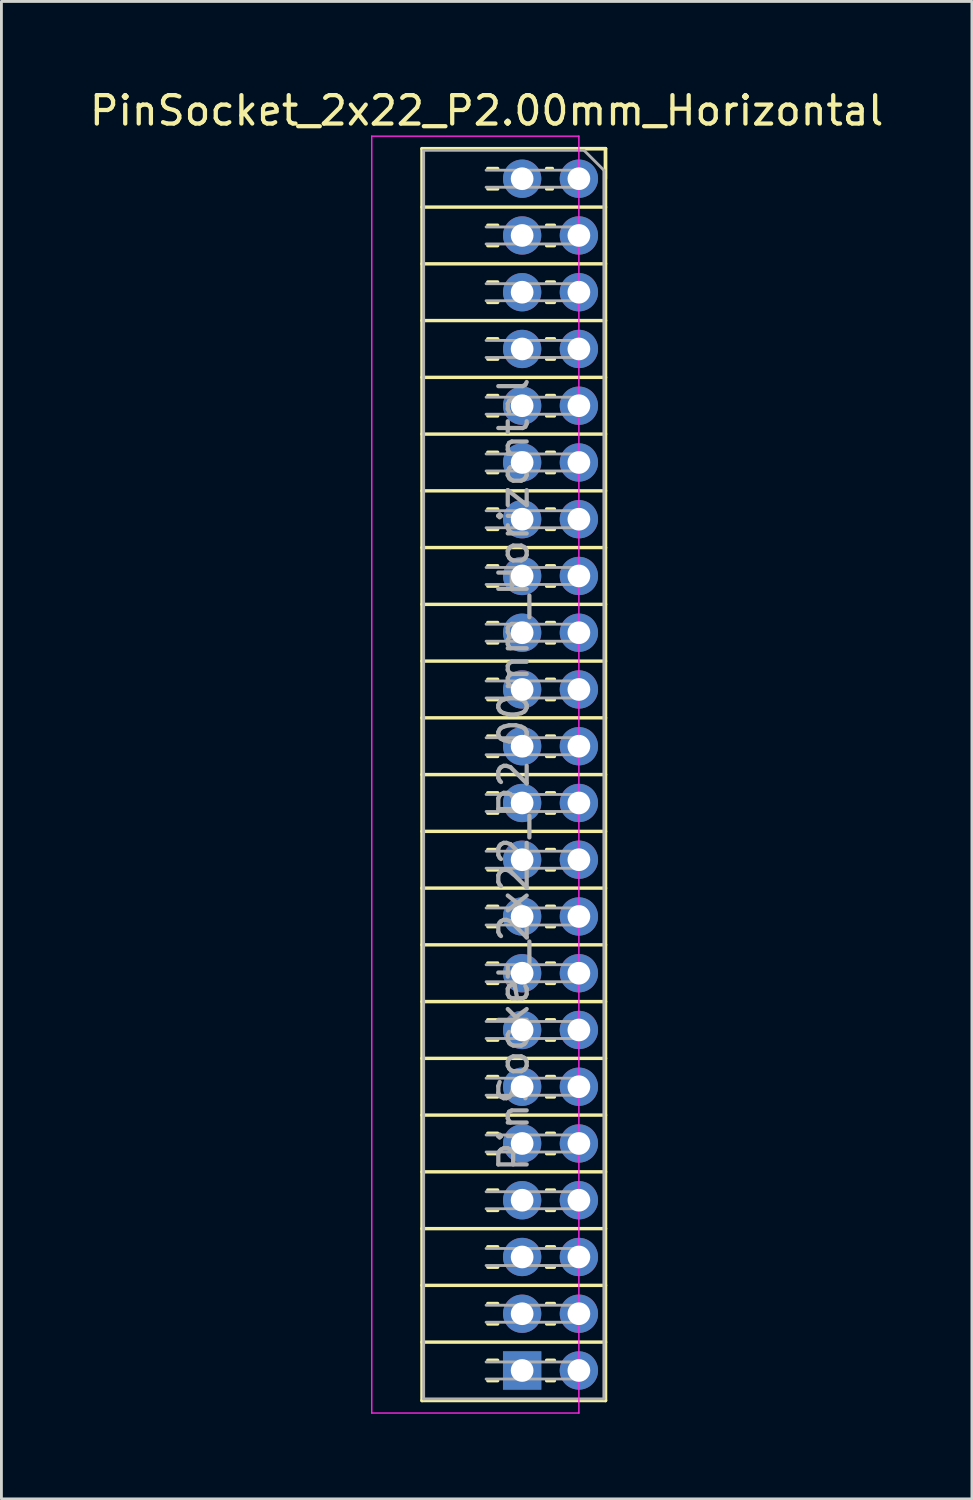
<source format=kicad_pcb>
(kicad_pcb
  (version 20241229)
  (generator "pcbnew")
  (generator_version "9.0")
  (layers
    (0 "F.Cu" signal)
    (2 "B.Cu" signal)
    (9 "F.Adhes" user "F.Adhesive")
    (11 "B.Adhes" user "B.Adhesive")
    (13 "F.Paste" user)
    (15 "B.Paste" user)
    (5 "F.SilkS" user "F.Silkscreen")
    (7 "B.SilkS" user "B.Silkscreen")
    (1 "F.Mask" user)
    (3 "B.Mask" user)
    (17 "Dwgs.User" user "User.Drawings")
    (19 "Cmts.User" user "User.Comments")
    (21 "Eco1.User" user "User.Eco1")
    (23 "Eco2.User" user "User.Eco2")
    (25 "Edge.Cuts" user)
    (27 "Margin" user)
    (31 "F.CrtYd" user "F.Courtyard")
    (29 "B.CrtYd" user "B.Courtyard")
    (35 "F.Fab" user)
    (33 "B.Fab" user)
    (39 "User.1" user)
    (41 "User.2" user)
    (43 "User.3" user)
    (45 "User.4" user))
  (footprint "PinSocket_2x22_P2.00mm_Horizontal"
    (layer "F.Cu")
    (at 15.851 3.248)
    (property "Reference" "PinSocket_2x22_P2.00mm_Horizontal" (at -1.75 -2.4 0) (layer "F.SilkS") (effects (font (size 1 1) (thickness 0.15))))
    (attr through_hole)
    (fp_line (start -4.03 -1.06) (end -4.03 43.06) (stroke (width 0.12) (type solid)) (layer "F.SilkS"))
    (fp_line (start -4.03 -1.06) (end 2.44 -1.06) (stroke (width 0.12) (type solid)) (layer "F.SilkS"))
    (fp_line (start -4.03 1) (end 2.44 1) (stroke (width 0.12) (type solid)) (layer "F.SilkS"))
    (fp_line (start -4.03 3) (end 2.44 3) (stroke (width 0.12) (type solid)) (layer "F.SilkS"))
    (fp_line (start -4.03 5) (end 2.44 5) (stroke (width 0.12) (type solid)) (layer "F.SilkS"))
    (fp_line (start -4.03 7) (end 2.44 7) (stroke (width 0.12) (type solid)) (layer "F.SilkS"))
    (fp_line (start -4.03 9) (end 2.44 9) (stroke (width 0.12) (type solid)) (layer "F.SilkS"))
    (fp_line (start -4.03 11) (end 2.44 11) (stroke (width 0.12) (type solid)) (layer "F.SilkS"))
    (fp_line (start -4.03 13) (end 2.44 13) (stroke (width 0.12) (type solid)) (layer "F.SilkS"))
    (fp_line (start -4.03 15) (end 2.44 15) (stroke (width 0.12) (type solid)) (layer "F.SilkS"))
    (fp_line (start -4.03 17) (end 2.44 17) (stroke (width 0.12) (type solid)) (layer "F.SilkS"))
    (fp_line (start -4.03 19) (end 2.44 19) (stroke (width 0.12) (type solid)) (layer "F.SilkS"))
    (fp_line (start -4.03 21) (end 2.44 21) (stroke (width 0.12) (type solid)) (layer "F.SilkS"))
    (fp_line (start -4.03 23) (end 2.44 23) (stroke (width 0.12) (type solid)) (layer "F.SilkS"))
    (fp_line (start -4.03 25) (end 2.44 25) (stroke (width 0.12) (type solid)) (layer "F.SilkS"))
    (fp_line (start -4.03 27) (end 2.44 27) (stroke (width 0.12) (type solid)) (layer "F.SilkS"))
    (fp_line (start -4.03 29) (end 2.44 29) (stroke (width 0.12) (type solid)) (layer "F.SilkS"))
    (fp_line (start -4.03 31) (end 2.44 31) (stroke (width 0.12) (type solid)) (layer "F.SilkS"))
    (fp_line (start -4.03 33) (end 2.44 33) (stroke (width 0.12) (type solid)) (layer "F.SilkS"))
    (fp_line (start -4.03 35) (end 2.44 35) (stroke (width 0.12) (type solid)) (layer "F.SilkS"))
    (fp_line (start -4.03 37) (end 2.44 37) (stroke (width 0.12) (type solid)) (layer "F.SilkS"))
    (fp_line (start -4.03 39) (end 2.44 39) (stroke (width 0.12) (type solid)) (layer "F.SilkS"))
    (fp_line (start -4.03 41) (end 2.44 41) (stroke (width 0.12) (type solid)) (layer "F.SilkS"))
    (fp_line (start -4.03 43.06) (end 2.44 43.06) (stroke (width 0.12) (type solid)) (layer "F.SilkS"))
    (fp_line (start -1.71 -0.36) (end -1.363 -0.36) (stroke (width 0.12) (type solid)) (layer "F.SilkS"))
    (fp_line (start -1.71 0.36) (end -1.363 0.36) (stroke (width 0.12) (type solid)) (layer "F.SilkS"))
    (fp_line (start -1.71 1.64) (end -1.363 1.64) (stroke (width 0.12) (type solid)) (layer "F.SilkS"))
    (fp_line (start -1.71 2.36) (end -1.363 2.36) (stroke (width 0.12) (type solid)) (layer "F.SilkS"))
    (fp_line (start -1.71 3.64) (end -1.363 3.64) (stroke (width 0.12) (type solid)) (layer "F.SilkS"))
    (fp_line (start -1.71 4.36) (end -1.363 4.36) (stroke (width 0.12) (type solid)) (layer "F.SilkS"))
    (fp_line (start -1.71 5.64) (end -1.363 5.64) (stroke (width 0.12) (type solid)) (layer "F.SilkS"))
    (fp_line (start -1.71 6.36) (end -1.363 6.36) (stroke (width 0.12) (type solid)) (layer "F.SilkS"))
    (fp_line (start -1.71 7.64) (end -1.363 7.64) (stroke (width 0.12) (type solid)) (layer "F.SilkS"))
    (fp_line (start -1.71 8.36) (end -1.363 8.36) (stroke (width 0.12) (type solid)) (layer "F.SilkS"))
    (fp_line (start -1.71 9.64) (end -1.363 9.64) (stroke (width 0.12) (type solid)) (layer "F.SilkS"))
    (fp_line (start -1.71 10.36) (end -1.363 10.36) (stroke (width 0.12) (type solid)) (layer "F.SilkS"))
    (fp_line (start -1.71 11.64) (end -1.363 11.64) (stroke (width 0.12) (type solid)) (layer "F.SilkS"))
    (fp_line (start -1.71 12.36) (end -1.363 12.36) (stroke (width 0.12) (type solid)) (layer "F.SilkS"))
    (fp_line (start -1.71 13.64) (end -1.363 13.64) (stroke (width 0.12) (type solid)) (layer "F.SilkS"))
    (fp_line (start -1.71 14.36) (end -1.363 14.36) (stroke (width 0.12) (type solid)) (layer "F.SilkS"))
    (fp_line (start -1.71 15.64) (end -1.363 15.64) (stroke (width 0.12) (type solid)) (layer "F.SilkS"))
    (fp_line (start -1.71 16.36) (end -1.363 16.36) (stroke (width 0.12) (type solid)) (layer "F.SilkS"))
    (fp_line (start -1.71 17.64) (end -1.363 17.64) (stroke (width 0.12) (type solid)) (layer "F.SilkS"))
    (fp_line (start -1.71 18.36) (end -1.363 18.36) (stroke (width 0.12) (type solid)) (layer "F.SilkS"))
    (fp_line (start -1.71 19.64) (end -1.363 19.64) (stroke (width 0.12) (type solid)) (layer "F.SilkS"))
    (fp_line (start -1.71 20.36) (end -1.363 20.36) (stroke (width 0.12) (type solid)) (layer "F.SilkS"))
    (fp_line (start -1.71 21.64) (end -1.363 21.64) (stroke (width 0.12) (type solid)) (layer "F.SilkS"))
    (fp_line (start -1.71 22.36) (end -1.363 22.36) (stroke (width 0.12) (type solid)) (layer "F.SilkS"))
    (fp_line (start -1.71 23.64) (end -1.363 23.64) (stroke (width 0.12) (type solid)) (layer "F.SilkS"))
    (fp_line (start -1.71 24.36) (end -1.363 24.36) (stroke (width 0.12) (type solid)) (layer "F.SilkS"))
    (fp_line (start -1.71 25.64) (end -1.363 25.64) (stroke (width 0.12) (type solid)) (layer "F.SilkS"))
    (fp_line (start -1.71 26.36) (end -1.363 26.36) (stroke (width 0.12) (type solid)) (layer "F.SilkS"))
    (fp_line (start -1.71 27.64) (end -1.363 27.64) (stroke (width 0.12) (type solid)) (layer "F.SilkS"))
    (fp_line (start -1.71 28.36) (end -1.363 28.36) (stroke (width 0.12) (type solid)) (layer "F.SilkS"))
    (fp_line (start -1.71 29.64) (end -1.363 29.64) (stroke (width 0.12) (type solid)) (layer "F.SilkS"))
    (fp_line (start -1.71 30.36) (end -1.363 30.36) (stroke (width 0.12) (type solid)) (layer "F.SilkS"))
    (fp_line (start -1.71 31.64) (end -1.363 31.64) (stroke (width 0.12) (type solid)) (layer "F.SilkS"))
    (fp_line (start -1.71 32.36) (end -1.363 32.36) (stroke (width 0.12) (type solid)) (layer "F.SilkS"))
    (fp_line (start -1.71 33.64) (end -1.363 33.64) (stroke (width 0.12) (type solid)) (layer "F.SilkS"))
    (fp_line (start -1.71 34.36) (end -1.363 34.36) (stroke (width 0.12) (type solid)) (layer "F.SilkS"))
    (fp_line (start -1.71 35.64) (end -1.363 35.64) (stroke (width 0.12) (type solid)) (layer "F.SilkS"))
    (fp_line (start -1.71 36.36) (end -1.363 36.36) (stroke (width 0.12) (type solid)) (layer "F.SilkS"))
    (fp_line (start -1.71 37.64) (end -1.363 37.64) (stroke (width 0.12) (type solid)) (layer "F.SilkS"))
    (fp_line (start -1.71 38.36) (end -1.363 38.36) (stroke (width 0.12) (type solid)) (layer "F.SilkS"))
    (fp_line (start -1.71 39.64) (end -1.363 39.64) (stroke (width 0.12) (type solid)) (layer "F.SilkS"))
    (fp_line (start -1.71 40.36) (end -1.363 40.36) (stroke (width 0.12) (type solid)) (layer "F.SilkS"))
    (fp_line (start -1.71 41.64) (end -1.363 41.64) (stroke (width 0.12) (type solid)) (layer "F.SilkS"))
    (fp_line (start -1.71 42.36) (end -1.363 42.36) (stroke (width 0.12) (type solid)) (layer "F.SilkS"))
    (fp_line (start 0.363 -0.36) (end 0.565 -0.36) (stroke (width 0.12) (type solid)) (layer "F.SilkS"))
    (fp_line (start 0.363 0.36) (end 0.565 0.36) (stroke (width 0.12) (type solid)) (layer "F.SilkS"))
    (fp_line (start 0.363 1.64) (end 0.637 1.64) (stroke (width 0.12) (type solid)) (layer "F.SilkS"))
    (fp_line (start 0.363 2.36) (end 0.637 2.36) (stroke (width 0.12) (type solid)) (layer "F.SilkS"))
    (fp_line (start 0.363 3.64) (end 0.637 3.64) (stroke (width 0.12) (type solid)) (layer "F.SilkS"))
    (fp_line (start 0.363 4.36) (end 0.637 4.36) (stroke (width 0.12) (type solid)) (layer "F.SilkS"))
    (fp_line (start 0.363 5.64) (end 0.637 5.64) (stroke (width 0.12) (type solid)) (layer "F.SilkS"))
    (fp_line (start 0.363 6.36) (end 0.637 6.36) (stroke (width 0.12) (type solid)) (layer "F.SilkS"))
    (fp_line (start 0.363 7.64) (end 0.637 7.64) (stroke (width 0.12) (type solid)) (layer "F.SilkS"))
    (fp_line (start 0.363 8.36) (end 0.637 8.36) (stroke (width 0.12) (type solid)) (layer "F.SilkS"))
    (fp_line (start 0.363 9.64) (end 0.637 9.64) (stroke (width 0.12) (type solid)) (layer "F.SilkS"))
    (fp_line (start 0.363 10.36) (end 0.637 10.36) (stroke (width 0.12) (type solid)) (layer "F.SilkS"))
    (fp_line (start 0.363 11.64) (end 0.637 11.64) (stroke (width 0.12) (type solid)) (layer "F.SilkS"))
    (fp_line (start 0.363 12.36) (end 0.637 12.36) (stroke (width 0.12) (type solid)) (layer "F.SilkS"))
    (fp_line (start 0.363 13.64) (end 0.637 13.64) (stroke (width 0.12) (type solid)) (layer "F.SilkS"))
    (fp_line (start 0.363 14.36) (end 0.637 14.36) (stroke (width 0.12) (type solid)) (layer "F.SilkS"))
    (fp_line (start 0.363 15.64) (end 0.637 15.64) (stroke (width 0.12) (type solid)) (layer "F.SilkS"))
    (fp_line (start 0.363 16.36) (end 0.637 16.36) (stroke (width 0.12) (type solid)) (layer "F.SilkS"))
    (fp_line (start 0.363 17.64) (end 0.637 17.64) (stroke (width 0.12) (type solid)) (layer "F.SilkS"))
    (fp_line (start 0.363 18.36) (end 0.637 18.36) (stroke (width 0.12) (type solid)) (layer "F.SilkS"))
    (fp_line (start 0.363 19.64) (end 0.637 19.64) (stroke (width 0.12) (type solid)) (layer "F.SilkS"))
    (fp_line (start 0.363 20.36) (end 0.637 20.36) (stroke (width 0.12) (type solid)) (layer "F.SilkS"))
    (fp_line (start 0.363 21.64) (end 0.637 21.64) (stroke (width 0.12) (type solid)) (layer "F.SilkS"))
    (fp_line (start 0.363 22.36) (end 0.637 22.36) (stroke (width 0.12) (type solid)) (layer "F.SilkS"))
    (fp_line (start 0.363 23.64) (end 0.637 23.64) (stroke (width 0.12) (type solid)) (layer "F.SilkS"))
    (fp_line (start 0.363 24.36) (end 0.637 24.36) (stroke (width 0.12) (type solid)) (layer "F.SilkS"))
    (fp_line (start 0.363 25.64) (end 0.637 25.64) (stroke (width 0.12) (type solid)) (layer "F.SilkS"))
    (fp_line (start 0.363 26.36) (end 0.637 26.36) (stroke (width 0.12) (type solid)) (layer "F.SilkS"))
    (fp_line (start 0.363 27.64) (end 0.637 27.64) (stroke (width 0.12) (type solid)) (layer "F.SilkS"))
    (fp_line (start 0.363 28.36) (end 0.637 28.36) (stroke (width 0.12) (type solid)) (layer "F.SilkS"))
    (fp_line (start 0.363 29.64) (end 0.637 29.64) (stroke (width 0.12) (type solid)) (layer "F.SilkS"))
    (fp_line (start 0.363 30.36) (end 0.637 30.36) (stroke (width 0.12) (type solid)) (layer "F.SilkS"))
    (fp_line (start 0.363 31.64) (end 0.637 31.64) (stroke (width 0.12) (type solid)) (layer "F.SilkS"))
    (fp_line (start 0.363 32.36) (end 0.637 32.36) (stroke (width 0.12) (type solid)) (layer "F.SilkS"))
    (fp_line (start 0.363 33.64) (end 0.637 33.64) (stroke (width 0.12) (type solid)) (layer "F.SilkS"))
    (fp_line (start 0.363 34.36) (end 0.637 34.36) (stroke (width 0.12) (type solid)) (layer "F.SilkS"))
    (fp_line (start 0.363 35.64) (end 0.637 35.64) (stroke (width 0.12) (type solid)) (layer "F.SilkS"))
    (fp_line (start 0.363 36.36) (end 0.637 36.36) (stroke (width 0.12) (type solid)) (layer "F.SilkS"))
    (fp_line (start 0.363 37.64) (end 0.637 37.64) (stroke (width 0.12) (type solid)) (layer "F.SilkS"))
    (fp_line (start 0.363 38.36) (end 0.637 38.36) (stroke (width 0.12) (type solid)) (layer "F.SilkS"))
    (fp_line (start 0.363 39.64) (end 0.637 39.64) (stroke (width 0.12) (type solid)) (layer "F.SilkS"))
    (fp_line (start 0.363 40.36) (end 0.637 40.36) (stroke (width 0.12) (type solid)) (layer "F.SilkS"))
    (fp_line (start 0.363 41.64) (end 0.637 41.64) (stroke (width 0.12) (type solid)) (layer "F.SilkS"))
    (fp_line (start 0.363 42.36) (end 0.637 42.36) (stroke (width 0.12) (type solid)) (layer "F.SilkS"))
    (fp_line (start 1.5 -1.06) (end 2.435 -1.06) (stroke (width 0.12) (type solid)) (layer "F.SilkS"))
    (fp_line (start 2.435 -1.06) (end 2.435 0) (stroke (width 0.12) (type solid)) (layer "F.SilkS"))
    (fp_line (start 2.44 -1.06) (end 2.44 43.06) (stroke (width 0.12) (type solid)) (layer "F.SilkS"))
    (fp_line (start -5.8 -1.5) (end -5.8 43.5) (stroke (width 0.05) (type solid)) (layer "F.CrtYd"))
    (fp_line (start -5.8 43.5) (end 1.5 43.5) (stroke (width 0.05) (type solid)) (layer "F.CrtYd"))
    (fp_line (start 1.5 -1.5) (end -5.8 -1.5) (stroke (width 0.05) (type solid)) (layer "F.CrtYd"))
    (fp_line (start 1.5 43.5) (end 1.5 -1.5) (stroke (width 0.05) (type solid)) (layer "F.CrtYd"))
    (fp_line (start -3.97 -1) (end 1.68 -1) (stroke (width 0.1) (type solid)) (layer "F.Fab"))
    (fp_line (start -3.97 43) (end -3.97 -1) (stroke (width 0.1) (type solid)) (layer "F.Fab"))
    (fp_line (start -1.77 0.3) (end 1.5 0.3) (stroke (width 0.1) (type solid)) (layer "F.Fab"))
    (fp_line (start -1.77 2.3) (end 1.5 2.3) (stroke (width 0.1) (type solid)) (layer "F.Fab"))
    (fp_line (start -1.77 4.3) (end 1.5 4.3) (stroke (width 0.1) (type solid)) (layer "F.Fab"))
    (fp_line (start -1.77 6.3) (end 1.5 6.3) (stroke (width 0.1) (type solid)) (layer "F.Fab"))
    (fp_line (start -1.77 8.3) (end 1.5 8.3) (stroke (width 0.1) (type solid)) (layer "F.Fab"))
    (fp_line (start -1.77 10.3) (end 1.5 10.3) (stroke (width 0.1) (type solid)) (layer "F.Fab"))
    (fp_line (start -1.77 12.3) (end 1.5 12.3) (stroke (width 0.1) (type solid)) (layer "F.Fab"))
    (fp_line (start -1.77 14.3) (end 1.5 14.3) (stroke (width 0.1) (type solid)) (layer "F.Fab"))
    (fp_line (start -1.77 16.3) (end 1.5 16.3) (stroke (width 0.1) (type solid)) (layer "F.Fab"))
    (fp_line (start -1.77 18.3) (end 1.5 18.3) (stroke (width 0.1) (type solid)) (layer "F.Fab"))
    (fp_line (start -1.77 20.3) (end 1.5 20.3) (stroke (width 0.1) (type solid)) (layer "F.Fab"))
    (fp_line (start -1.77 22.3) (end 1.5 22.3) (stroke (width 0.1) (type solid)) (layer "F.Fab"))
    (fp_line (start -1.77 24.3) (end 1.5 24.3) (stroke (width 0.1) (type solid)) (layer "F.Fab"))
    (fp_line (start -1.77 26.3) (end 1.5 26.3) (stroke (width 0.1) (type solid)) (layer "F.Fab"))
    (fp_line (start -1.77 28.3) (end 1.5 28.3) (stroke (width 0.1) (type solid)) (layer "F.Fab"))
    (fp_line (start -1.77 30.3) (end 1.5 30.3) (stroke (width 0.1) (type solid)) (layer "F.Fab"))
    (fp_line (start -1.77 32.3) (end 1.5 32.3) (stroke (width 0.1) (type solid)) (layer "F.Fab"))
    (fp_line (start -1.77 34.3) (end 1.5 34.3) (stroke (width 0.1) (type solid)) (layer "F.Fab"))
    (fp_line (start -1.77 36.3) (end 1.5 36.3) (stroke (width 0.1) (type solid)) (layer "F.Fab"))
    (fp_line (start -1.77 38.3) (end 1.5 38.3) (stroke (width 0.1) (type solid)) (layer "F.Fab"))
    (fp_line (start -1.77 40.3) (end 1.5 40.3) (stroke (width 0.1) (type solid)) (layer "F.Fab"))
    (fp_line (start -1.77 42.3) (end 1.5 42.3) (stroke (width 0.1) (type solid)) (layer "F.Fab"))
    (fp_line (start 1.5 -0.3) (end -1.77 -0.3) (stroke (width 0.1) (type solid)) (layer "F.Fab"))
    (fp_line (start 1.5 0.3) (end 1.5 -0.3) (stroke (width 0.1) (type solid)) (layer "F.Fab"))
    (fp_line (start 1.5 1.7) (end -1.77 1.7) (stroke (width 0.1) (type solid)) (layer "F.Fab"))
    (fp_line (start 1.5 2.3) (end 1.5 1.7) (stroke (width 0.1) (type solid)) (layer "F.Fab"))
    (fp_line (start 1.5 3.7) (end -1.77 3.7) (stroke (width 0.1) (type solid)) (layer "F.Fab"))
    (fp_line (start 1.5 4.3) (end 1.5 3.7) (stroke (width 0.1) (type solid)) (layer "F.Fab"))
    (fp_line (start 1.5 5.7) (end -1.77 5.7) (stroke (width 0.1) (type solid)) (layer "F.Fab"))
    (fp_line (start 1.5 6.3) (end 1.5 5.7) (stroke (width 0.1) (type solid)) (layer "F.Fab"))
    (fp_line (start 1.5 7.7) (end -1.77 7.7) (stroke (width 0.1) (type solid)) (layer "F.Fab"))
    (fp_line (start 1.5 8.3) (end 1.5 7.7) (stroke (width 0.1) (type solid)) (layer "F.Fab"))
    (fp_line (start 1.5 9.7) (end -1.77 9.7) (stroke (width 0.1) (type solid)) (layer "F.Fab"))
    (fp_line (start 1.5 10.3) (end 1.5 9.7) (stroke (width 0.1) (type solid)) (layer "F.Fab"))
    (fp_line (start 1.5 11.7) (end -1.77 11.7) (stroke (width 0.1) (type solid)) (layer "F.Fab"))
    (fp_line (start 1.5 12.3) (end 1.5 11.7) (stroke (width 0.1) (type solid)) (layer "F.Fab"))
    (fp_line (start 1.5 13.7) (end -1.77 13.7) (stroke (width 0.1) (type solid)) (layer "F.Fab"))
    (fp_line (start 1.5 14.3) (end 1.5 13.7) (stroke (width 0.1) (type solid)) (layer "F.Fab"))
    (fp_line (start 1.5 15.7) (end -1.77 15.7) (stroke (width 0.1) (type solid)) (layer "F.Fab"))
    (fp_line (start 1.5 16.3) (end 1.5 15.7) (stroke (width 0.1) (type solid)) (layer "F.Fab"))
    (fp_line (start 1.5 17.7) (end -1.77 17.7) (stroke (width 0.1) (type solid)) (layer "F.Fab"))
    (fp_line (start 1.5 18.3) (end 1.5 17.7) (stroke (width 0.1) (type solid)) (layer "F.Fab"))
    (fp_line (start 1.5 19.7) (end -1.77 19.7) (stroke (width 0.1) (type solid)) (layer "F.Fab"))
    (fp_line (start 1.5 20.3) (end 1.5 19.7) (stroke (width 0.1) (type solid)) (layer "F.Fab"))
    (fp_line (start 1.5 21.7) (end -1.77 21.7) (stroke (width 0.1) (type solid)) (layer "F.Fab"))
    (fp_line (start 1.5 22.3) (end 1.5 21.7) (stroke (width 0.1) (type solid)) (layer "F.Fab"))
    (fp_line (start 1.5 23.7) (end -1.77 23.7) (stroke (width 0.1) (type solid)) (layer "F.Fab"))
    (fp_line (start 1.5 24.3) (end 1.5 23.7) (stroke (width 0.1) (type solid)) (layer "F.Fab"))
    (fp_line (start 1.5 25.7) (end -1.77 25.7) (stroke (width 0.1) (type solid)) (layer "F.Fab"))
    (fp_line (start 1.5 26.3) (end 1.5 25.7) (stroke (width 0.1) (type solid)) (layer "F.Fab"))
    (fp_line (start 1.5 27.7) (end -1.77 27.7) (stroke (width 0.1) (type solid)) (layer "F.Fab"))
    (fp_line (start 1.5 28.3) (end 1.5 27.7) (stroke (width 0.1) (type solid)) (layer "F.Fab"))
    (fp_line (start 1.5 29.7) (end -1.77 29.7) (stroke (width 0.1) (type solid)) (layer "F.Fab"))
    (fp_line (start 1.5 30.3) (end 1.5 29.7) (stroke (width 0.1) (type solid)) (layer "F.Fab"))
    (fp_line (start 1.5 31.7) (end -1.77 31.7) (stroke (width 0.1) (type solid)) (layer "F.Fab"))
    (fp_line (start 1.5 32.3) (end 1.5 31.7) (stroke (width 0.1) (type solid)) (layer "F.Fab"))
    (fp_line (start 1.5 33.7) (end -1.77 33.7) (stroke (width 0.1) (type solid)) (layer "F.Fab"))
    (fp_line (start 1.5 34.3) (end 1.5 33.7) (stroke (width 0.1) (type solid)) (layer "F.Fab"))
    (fp_line (start 1.5 35.7) (end -1.77 35.7) (stroke (width 0.1) (type solid)) (layer "F.Fab"))
    (fp_line (start 1.5 36.3) (end 1.5 35.7) (stroke (width 0.1) (type solid)) (layer "F.Fab"))
    (fp_line (start 1.5 37.7) (end -1.77 37.7) (stroke (width 0.1) (type solid)) (layer "F.Fab"))
    (fp_line (start 1.5 38.3) (end 1.5 37.7) (stroke (width 0.1) (type solid)) (layer "F.Fab"))
    (fp_line (start 1.5 39.7) (end -1.77 39.7) (stroke (width 0.1) (type solid)) (layer "F.Fab"))
    (fp_line (start 1.5 40.3) (end 1.5 39.7) (stroke (width 0.1) (type solid)) (layer "F.Fab"))
    (fp_line (start 1.5 41.7) (end -1.77 41.7) (stroke (width 0.1) (type solid)) (layer "F.Fab"))
    (fp_line (start 1.5 42.3) (end 1.5 41.7) (stroke (width 0.1) (type solid)) (layer "F.Fab"))
    (fp_line (start 1.68 -1) (end 2.38 -0.3) (stroke (width 0.1) (type solid)) (layer "F.Fab"))
    (fp_line (start 2.38 -0.3) (end 2.38 43) (stroke (width 0.1) (type solid)) (layer "F.Fab"))
    (fp_line (start 2.38 43) (end -3.97 43) (stroke (width 0.1) (type solid)) (layer "F.Fab"))
    (fp_text user "${REFERENCE}" (at -0.795 21 90) (layer "F.Fab") (effects (font (size 1 1) (thickness 0.15))))
    (pad "1" thru_hole rect (at -0.5 42) (size 1.35 1.35) (drill 0.8) (layers "*.Cu" "*.Mask"))
    (pad "2" thru_hole oval (at 1.5 42) (size 1.35 1.35) (drill 0.8) (layers "*.Cu" "*.Mask"))
    (pad "3" thru_hole oval (at -0.5 40) (size 1.35 1.35) (drill 0.8) (layers "*.Cu" "*.Mask"))
    (pad "4" thru_hole oval (at 1.5 40) (size 1.35 1.35) (drill 0.8) (layers "*.Cu" "*.Mask"))
    (pad "5" thru_hole oval (at -0.5 38) (size 1.35 1.35) (drill 0.8) (layers "*.Cu" "*.Mask"))
    (pad "6" thru_hole oval (at 1.5 38) (size 1.35 1.35) (drill 0.8) (layers "*.Cu" "*.Mask"))
    (pad "7" thru_hole oval (at -0.5 36) (size 1.35 1.35) (drill 0.8) (layers "*.Cu" "*.Mask"))
    (pad "8" thru_hole oval (at 1.5 36) (size 1.35 1.35) (drill 0.8) (layers "*.Cu" "*.Mask"))
    (pad "9" thru_hole oval (at -0.5 34) (size 1.35 1.35) (drill 0.8) (layers "*.Cu" "*.Mask"))
    (pad "10" thru_hole oval (at 1.5 34) (size 1.35 1.35) (drill 0.8) (layers "*.Cu" "*.Mask"))
    (pad "11" thru_hole oval (at -0.5 32) (size 1.35 1.35) (drill 0.8) (layers "*.Cu" "*.Mask"))
    (pad "12" thru_hole oval (at 1.5 32) (size 1.35 1.35) (drill 0.8) (layers "*.Cu" "*.Mask"))
    (pad "13" thru_hole oval (at -0.5 30) (size 1.35 1.35) (drill 0.8) (layers "*.Cu" "*.Mask"))
    (pad "14" thru_hole oval (at 1.5 30) (size 1.35 1.35) (drill 0.8) (layers "*.Cu" "*.Mask"))
    (pad "15" thru_hole oval (at -0.5 28) (size 1.35 1.35) (drill 0.8) (layers "*.Cu" "*.Mask"))
    (pad "16" thru_hole oval (at 1.5 28) (size 1.35 1.35) (drill 0.8) (layers "*.Cu" "*.Mask"))
    (pad "17" thru_hole oval (at -0.5 26) (size 1.35 1.35) (drill 0.8) (layers "*.Cu" "*.Mask"))
    (pad "18" thru_hole oval (at 1.5 26) (size 1.35 1.35) (drill 0.8) (layers "*.Cu" "*.Mask"))
    (pad "19" thru_hole oval (at -0.5 24) (size 1.35 1.35) (drill 0.8) (layers "*.Cu" "*.Mask"))
    (pad "20" thru_hole oval (at 1.5 24) (size 1.35 1.35) (drill 0.8) (layers "*.Cu" "*.Mask"))
    (pad "21" thru_hole oval (at -0.5 22) (size 1.35 1.35) (drill 0.8) (layers "*.Cu" "*.Mask"))
    (pad "22" thru_hole oval (at 1.5 22) (size 1.35 1.35) (drill 0.8) (layers "*.Cu" "*.Mask"))
    (pad "23" thru_hole oval (at -0.5 20) (size 1.35 1.35) (drill 0.8) (layers "*.Cu" "*.Mask"))
    (pad "24" thru_hole oval (at 1.5 20) (size 1.35 1.35) (drill 0.8) (layers "*.Cu" "*.Mask"))
    (pad "25" thru_hole oval (at -0.5 18) (size 1.35 1.35) (drill 0.8) (layers "*.Cu" "*.Mask"))
    (pad "26" thru_hole oval (at 1.5 18) (size 1.35 1.35) (drill 0.8) (layers "*.Cu" "*.Mask"))
    (pad "27" thru_hole oval (at -0.5 16) (size 1.35 1.35) (drill 0.8) (layers "*.Cu" "*.Mask"))
    (pad "28" thru_hole oval (at 1.5 16) (size 1.35 1.35) (drill 0.8) (layers "*.Cu" "*.Mask"))
    (pad "29" thru_hole oval (at -0.5 14) (size 1.35 1.35) (drill 0.8) (layers "*.Cu" "*.Mask"))
    (pad "30" thru_hole oval (at 1.5 14) (size 1.35 1.35) (drill 0.8) (layers "*.Cu" "*.Mask"))
    (pad "31" thru_hole oval (at -0.5 12) (size 1.35 1.35) (drill 0.8) (layers "*.Cu" "*.Mask"))
    (pad "32" thru_hole oval (at 1.5 12) (size 1.35 1.35) (drill 0.8) (layers "*.Cu" "*.Mask"))
    (pad "33" thru_hole oval (at -0.5 10) (size 1.35 1.35) (drill 0.8) (layers "*.Cu" "*.Mask"))
    (pad "34" thru_hole oval (at 1.5 10) (size 1.35 1.35) (drill 0.8) (layers "*.Cu" "*.Mask"))
    (pad "35" thru_hole oval (at -0.5 8) (size 1.35 1.35) (drill 0.8) (layers "*.Cu" "*.Mask"))
    (pad "36" thru_hole oval (at 1.5 8) (size 1.35 1.35) (drill 0.8) (layers "*.Cu" "*.Mask"))
    (pad "37" thru_hole oval (at -0.5 6) (size 1.35 1.35) (drill 0.8) (layers "*.Cu" "*.Mask"))
    (pad "38" thru_hole oval (at 1.5 6) (size 1.35 1.35) (drill 0.8) (layers "*.Cu" "*.Mask"))
    (pad "39" thru_hole oval (at -0.5 4) (size 1.35 1.35) (drill 0.8) (layers "*.Cu" "*.Mask"))
    (pad "40" thru_hole oval (at 1.5 4) (size 1.35 1.35) (drill 0.8) (layers "*.Cu" "*.Mask"))
    (pad "41" thru_hole oval (at -0.5 2) (size 1.35 1.35) (drill 0.8) (layers "*.Cu" "*.Mask"))
    (pad "42" thru_hole oval (at 1.5 2) (size 1.35 1.35) (drill 0.8) (layers "*.Cu" "*.Mask"))
    (pad "43" thru_hole oval (at -0.5 0) (size 1.35 1.35) (drill 0.8) (layers "*.Cu" "*.Mask"))
    (pad "44" thru_hole oval (at 1.5 0) (size 1.35 1.35) (drill 0.8) (layers "*.Cu" "*.Mask")))
  (gr_rect
    (start -3 -3)
    (end 31.202 49.773)
    (stroke (width 0.1) (type default))
    (fill no)
    (layer "Edge.Cuts")))
</source>
